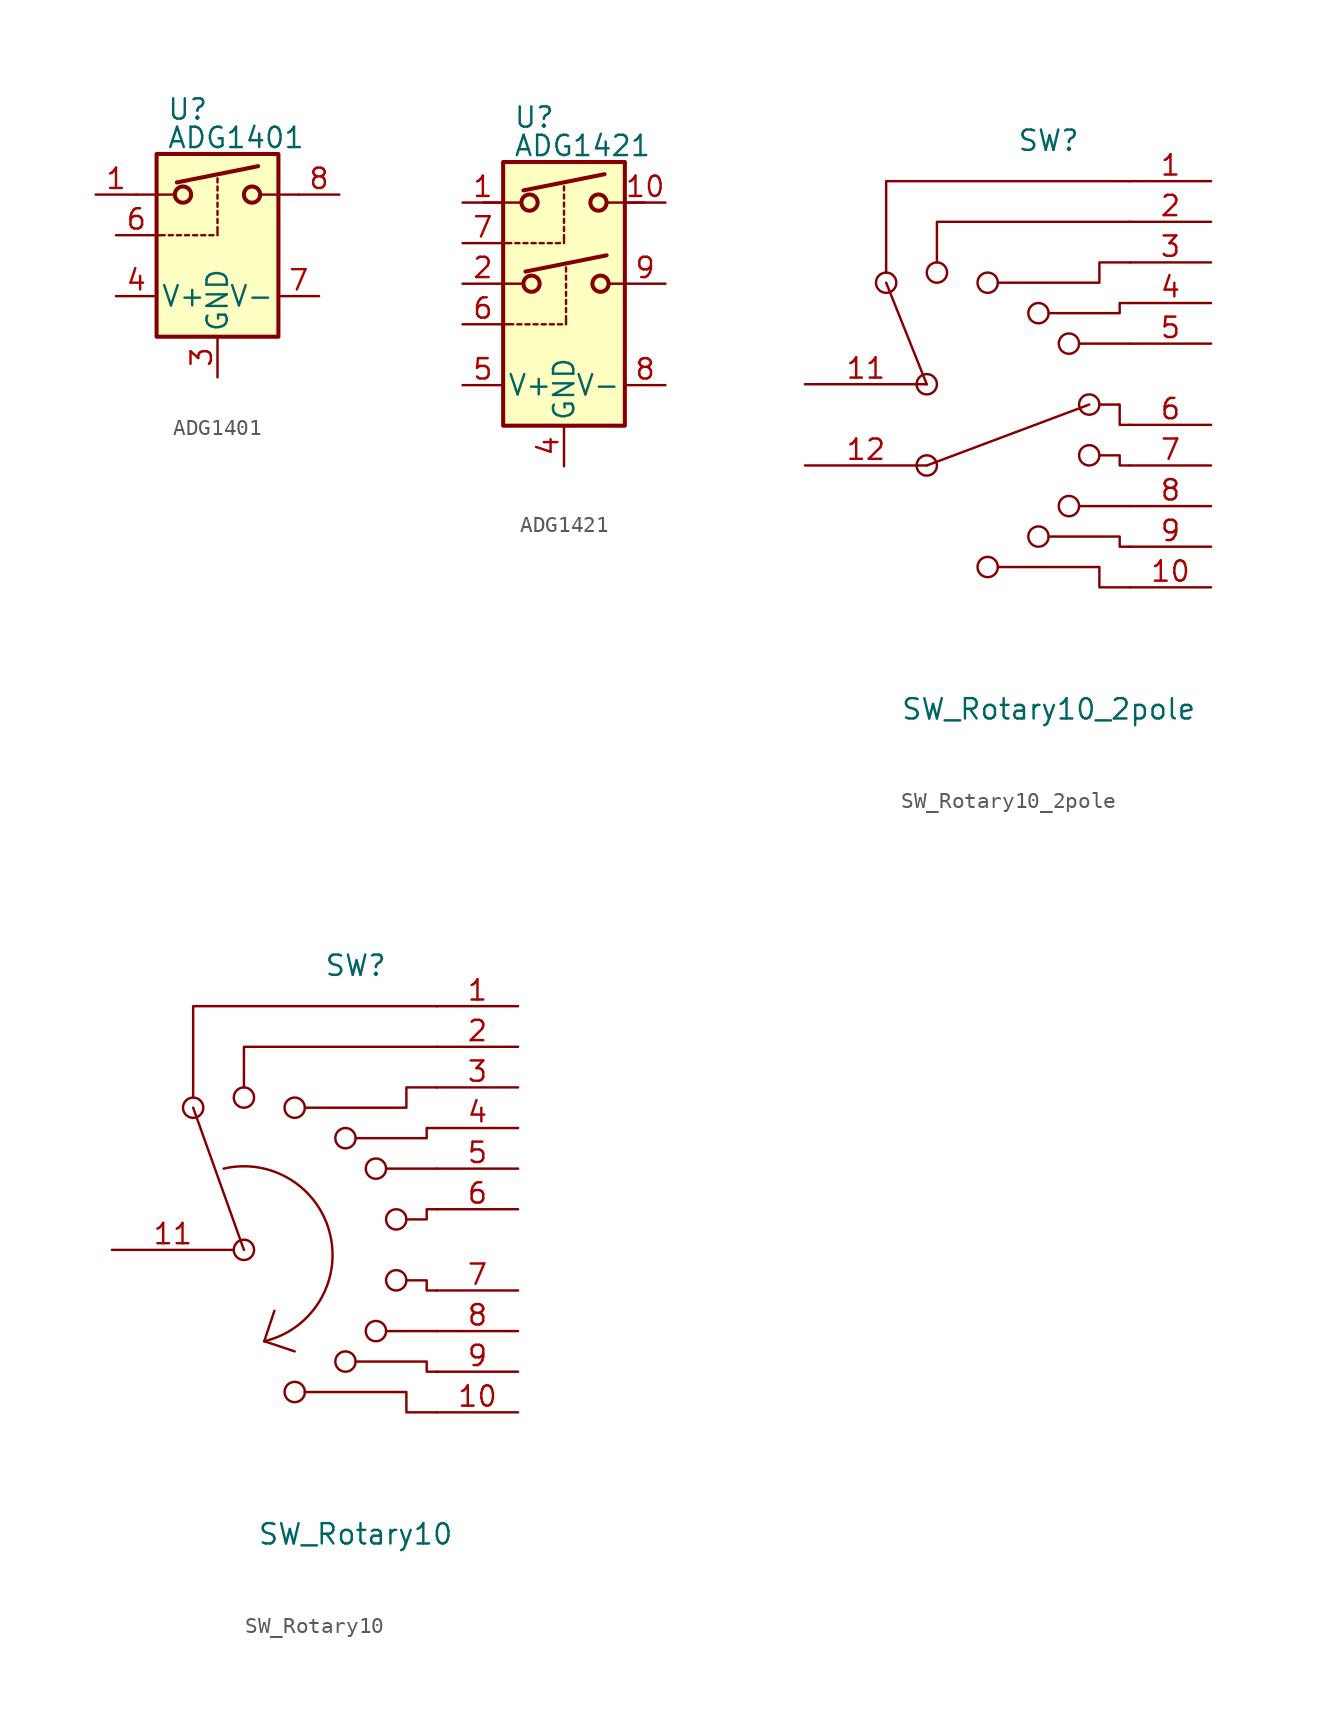
<source format=kicad_sym>
(kicad_symbol_lib
  (version 20211014)
  (generator kicad_symbol_editor)
  (symbol "ADG1401"
    (pin_names
      (offset 0.254))
    (property "Reference" "U"
      (at -3.175 5.334 0)
      (effects (font (size 1.27 1.27)) (justify left)))
    (property "Value" "ADG1401"
      (at -3.175 3.556 0)
      (effects (font (size 1.27 1.27)) (justify left)))
    (symbol "ADG1401_1_0"
      (pin no_connect line (at 3.81 -2.54 180) (length 2.54) hide (name "NC" (effects (font (size 1.27 1.27)))) (number "2" (effects (font (size 1.27 1.27)))))
      (pin power_in line (at 0 -11.43 90) (length 2.54) (name "GND" (effects (font (size 1.27 1.27)))) (number "3" (effects (font (size 1.27 1.27)))))
      (pin power_in line (at -6.35 -6.35 0) (length 2.54) (name "V+" (effects (font (size 1.27 1.27)))) (number "4" (effects (font (size 1.27 1.27)))))
      (pin no_connect line (at 3.81 -2.54 180) (length 2.54) hide (name "NC" (effects (font (size 1.27 1.27)))) (number "5" (effects (font (size 1.27 1.27)))))
      (pin power_in line (at 6.35 -6.35 180) (length 2.54) (name "V-" (effects (font (size 1.27 1.27)))) (number "7" (effects (font (size 1.27 1.27))))))
    (symbol "ADG1401_1_1"
      (rectangle (start -3.81 2.54) (end 3.81 -8.89) (stroke (width 0.254) (type default) (color 0 0 0 0)) (fill (type background)))
      (circle (center -2.159 0) (radius 0.508) (stroke (width 0.254) (type default) (color 0 0 0 0)) (fill (type none)))
      (polyline (pts (xy -5.08 0) (xy -2.794 0)) (stroke (width 0) (type default) (color 0 0 0 0)) (fill (type none)))
      (polyline (pts (xy -3.302 -2.54) (xy -3.81 -2.54)) (stroke (width 0) (type default) (color 0 0 0 0)) (fill (type none)))
      (polyline (pts (xy -2.794 -2.54) (xy -3.048 -2.54)) (stroke (width 0) (type default) (color 0 0 0 0)) (fill (type none)))
      (polyline (pts (xy -2.54 0.762) (xy 2.54 1.778)) (stroke (width 0.254) (type default) (color 0 0 0 0)) (fill (type none)))
      (polyline (pts (xy -2.286 -2.54) (xy -2.54 -2.54)) (stroke (width 0) (type default) (color 0 0 0 0)) (fill (type none)))
      (polyline (pts (xy -1.778 -2.54) (xy -2.032 -2.54)) (stroke (width 0) (type default) (color 0 0 0 0)) (fill (type none)))
      (polyline (pts (xy -1.27 -2.54) (xy -1.524 -2.54)) (stroke (width 0) (type default) (color 0 0 0 0)) (fill (type none)))
      (polyline (pts (xy -0.762 -2.54) (xy -1.016 -2.54)) (stroke (width 0) (type default) (color 0 0 0 0)) (fill (type none)))
      (polyline (pts (xy -0.254 -2.54) (xy -0.508 -2.54)) (stroke (width 0) (type default) (color 0 0 0 0)) (fill (type none)))
      (polyline (pts (xy 0 -2.54) (xy 0 -2.032)) (stroke (width 0) (type default) (color 0 0 0 0)) (fill (type none)))
      (polyline (pts (xy 0 -1.778) (xy 0 -1.524)) (stroke (width 0) (type default) (color 0 0 0 0)) (fill (type none)))
      (polyline (pts (xy 0 -1.27) (xy 0 -1.016)) (stroke (width 0) (type default) (color 0 0 0 0)) (fill (type none)))
      (polyline (pts (xy 0 -0.762) (xy 0 -0.508)) (stroke (width 0) (type default) (color 0 0 0 0)) (fill (type none)))
      (polyline (pts (xy 0 -0.254) (xy 0 0)) (stroke (width 0) (type default) (color 0 0 0 0)) (fill (type none)))
      (polyline (pts (xy 0 0.254) (xy 0 0.508)) (stroke (width 0) (type default) (color 0 0 0 0)) (fill (type none)))
      (polyline (pts (xy 0 0.762) (xy 0 1.016)) (stroke (width 0) (type default) (color 0 0 0 0)) (fill (type none)))
      (polyline (pts (xy 5.08 0) (xy 2.794 0)) (stroke (width 0) (type default) (color 0 0 0 0)) (fill (type none)))
      (circle (center 2.159 0) (radius 0.508) (stroke (width 0.254) (type default) (color 0 0 0 0)) (fill (type none)))
      (pin passive line (at -7.62 0 0) (length 2.54) (name "~" (effects (font (size 1.27 1.27)))) (number "1" (effects (font (size 1.27 1.27)))))
      (pin input line (at -6.35 -2.54 0) (length 2.54) (name "~" (effects (font (size 1.27 1.27)))) (number "6" (effects (font (size 1.27 1.27)))))
      (pin passive line (at 7.62 0 180) (length 2.54) (name "~" (effects (font (size 1.27 1.27)))) (number "8" (effects (font (size 1.27 1.27)))))))
  (symbol "ADG1421"
    (pin_names
      (offset 0.254))
    (property "Reference" "U"
      (at -3.175 5.334 0)
      (effects (font (size 1.27 1.27)) (justify left)))
    (property "Value" "ADG1421"
      (at -3.175 3.556 0)
      (effects (font (size 1.27 1.27)) (justify left)))
    (symbol "ADG1421_0_0"
      (pin passive line (at 6.35 0 180) (length 2.54) (name "~" (effects (font (size 1.27 1.27)))) (number "10" (effects (font (size 1.27 1.27)))))
      (pin passive line (at 6.35 -5.08 180) (length 2.54) (name "~" (effects (font (size 1.27 1.27)))) (number "9" (effects (font (size 1.27 1.27))))))
    (symbol "ADG1421_0_1"
      (polyline (pts (xy -3.81 -5.08) (xy -2.54 -5.08)) (stroke (width 0) (type default) (color 0 0 0 0)) (fill (type none)))
      (polyline (pts (xy 3.81 -5.08) (xy 2.794 -5.08)) (stroke (width 0) (type default) (color 0 0 0 0)) (fill (type none))))
    (symbol "ADG1421_1_0"
      (pin passive line (at -6.35 -5.08 0) (length 2.54) (name "~" (effects (font (size 1.27 1.27)))) (number "2" (effects (font (size 1.27 1.27)))))
      (pin no_connect line (at 3.81 -8.89 180) (length 2.54) hide (name "NC" (effects (font (size 1.27 1.27)))) (number "3" (effects (font (size 1.27 1.27)))))
      (pin power_in line (at 0 -16.51 90) (length 2.54) (name "GND" (effects (font (size 1.27 1.27)))) (number "4" (effects (font (size 1.27 1.27)))))
      (pin power_in line (at -6.35 -11.43 0) (length 2.54) (name "V+" (effects (font (size 1.27 1.27)))) (number "5" (effects (font (size 1.27 1.27)))))
      (pin input line (at -6.35 -2.54 0) (length 2.54) (name "~" (effects (font (size 1.27 1.27)))) (number "7" (effects (font (size 1.27 1.27))))))
    (symbol "ADG1421_1_1"
      (rectangle (start -3.81 2.54) (end 3.81 -13.97) (stroke (width 0.254) (type default) (color 0 0 0 0)) (fill (type background)))
      (circle (center -2.159 0) (radius 0.508) (stroke (width 0.254) (type default) (color 0 0 0 0)) (fill (type none)))
      (circle (center -2.032 -5.08) (radius 0.508) (stroke (width 0.254) (type default) (color 0 0 0 0)) (fill (type none)))
      (polyline (pts (xy -5.08 0) (xy -2.794 0)) (stroke (width 0) (type default) (color 0 0 0 0)) (fill (type none)))
      (polyline (pts (xy -3.302 -2.54) (xy -3.81 -2.54)) (stroke (width 0) (type default) (color 0 0 0 0)) (fill (type none)))
      (polyline (pts (xy -3.175 -7.62) (xy -3.683 -7.62)) (stroke (width 0) (type default) (color 0 0 0 0)) (fill (type none)))
      (polyline (pts (xy -2.794 -2.54) (xy -3.048 -2.54)) (stroke (width 0) (type default) (color 0 0 0 0)) (fill (type none)))
      (polyline (pts (xy -2.667 -7.62) (xy -2.921 -7.62)) (stroke (width 0) (type default) (color 0 0 0 0)) (fill (type none)))
      (polyline (pts (xy -2.54 0.762) (xy 2.54 1.778)) (stroke (width 0.254) (type default) (color 0 0 0 0)) (fill (type none)))
      (polyline (pts (xy -2.413 -4.318) (xy 2.667 -3.302)) (stroke (width 0.254) (type default) (color 0 0 0 0)) (fill (type none)))
      (polyline (pts (xy -2.286 -2.54) (xy -2.54 -2.54)) (stroke (width 0) (type default) (color 0 0 0 0)) (fill (type none)))
      (polyline (pts (xy -2.159 -7.62) (xy -2.413 -7.62)) (stroke (width 0) (type default) (color 0 0 0 0)) (fill (type none)))
      (polyline (pts (xy -1.778 -2.54) (xy -2.032 -2.54)) (stroke (width 0) (type default) (color 0 0 0 0)) (fill (type none)))
      (polyline (pts (xy -1.651 -7.62) (xy -1.905 -7.62)) (stroke (width 0) (type default) (color 0 0 0 0)) (fill (type none)))
      (polyline (pts (xy -1.27 -2.54) (xy -1.524 -2.54)) (stroke (width 0) (type default) (color 0 0 0 0)) (fill (type none)))
      (polyline (pts (xy -1.143 -7.62) (xy -1.397 -7.62)) (stroke (width 0) (type default) (color 0 0 0 0)) (fill (type none)))
      (polyline (pts (xy -0.762 -2.54) (xy -1.016 -2.54)) (stroke (width 0) (type default) (color 0 0 0 0)) (fill (type none)))
      (polyline (pts (xy -0.635 -7.62) (xy -0.889 -7.62)) (stroke (width 0) (type default) (color 0 0 0 0)) (fill (type none)))
      (polyline (pts (xy -0.254 -2.54) (xy -0.508 -2.54)) (stroke (width 0) (type default) (color 0 0 0 0)) (fill (type none)))
      (polyline (pts (xy -0.127 -7.62) (xy -0.381 -7.62)) (stroke (width 0) (type default) (color 0 0 0 0)) (fill (type none)))
      (polyline (pts (xy 0 -2.54) (xy 0 -2.032)) (stroke (width 0) (type default) (color 0 0 0 0)) (fill (type none)))
      (polyline (pts (xy 0 -1.778) (xy 0 -1.524)) (stroke (width 0) (type default) (color 0 0 0 0)) (fill (type none)))
      (polyline (pts (xy 0 -1.27) (xy 0 -1.016)) (stroke (width 0) (type default) (color 0 0 0 0)) (fill (type none)))
      (polyline (pts (xy 0 -0.762) (xy 0 -0.508)) (stroke (width 0) (type default) (color 0 0 0 0)) (fill (type none)))
      (polyline (pts (xy 0 -0.254) (xy 0 0)) (stroke (width 0) (type default) (color 0 0 0 0)) (fill (type none)))
      (polyline (pts (xy 0 0.254) (xy 0 0.508)) (stroke (width 0) (type default) (color 0 0 0 0)) (fill (type none)))
      (polyline (pts (xy 0 0.762) (xy 0 1.016)) (stroke (width 0) (type default) (color 0 0 0 0)) (fill (type none)))
      (polyline (pts (xy 0.127 -7.62) (xy 0.127 -7.112)) (stroke (width 0) (type default) (color 0 0 0 0)) (fill (type none)))
      (polyline (pts (xy 0.127 -6.858) (xy 0.127 -6.604)) (stroke (width 0) (type default) (color 0 0 0 0)) (fill (type none)))
      (polyline (pts (xy 0.127 -6.35) (xy 0.127 -6.096)) (stroke (width 0) (type default) (color 0 0 0 0)) (fill (type none)))
      (polyline (pts (xy 0.127 -5.842) (xy 0.127 -5.588)) (stroke (width 0) (type default) (color 0 0 0 0)) (fill (type none)))
      (polyline (pts (xy 0.127 -5.334) (xy 0.127 -5.08)) (stroke (width 0) (type default) (color 0 0 0 0)) (fill (type none)))
      (polyline (pts (xy 0.127 -4.826) (xy 0.127 -4.572)) (stroke (width 0) (type default) (color 0 0 0 0)) (fill (type none)))
      (polyline (pts (xy 0.127 -4.318) (xy 0.127 -4.064)) (stroke (width 0) (type default) (color 0 0 0 0)) (fill (type none)))
      (polyline (pts (xy 5.08 0) (xy 2.794 0)) (stroke (width 0) (type default) (color 0 0 0 0)) (fill (type none)))
      (circle (center 2.159 0) (radius 0.508) (stroke (width 0.254) (type default) (color 0 0 0 0)) (fill (type none)))
      (circle (center 2.286 -5.08) (radius 0.508) (stroke (width 0.254) (type default) (color 0 0 0 0)) (fill (type none)))
      (pin passive line (at -6.35 0 0) (length 2.54) (name "~" (effects (font (size 1.27 1.27)))) (number "1" (effects (font (size 1.27 1.27)))))
      (pin input line (at -6.35 -7.62 0) (length 2.54) (name "~" (effects (font (size 1.27 1.27)))) (number "6" (effects (font (size 1.27 1.27)))))
      (pin power_in line (at 6.35 -11.43 180) (length 2.54) (name "V-" (effects (font (size 1.27 1.27)))) (number "8" (effects (font (size 1.27 1.27)))))))
  (symbol "SW_Rotary10_2pole"
    (pin_names
      (offset 1.016) hide)
    (property "Reference" "SW"
      (at 0 17.78 0)
      (effects (font (size 1.27 1.27))))
    (property "Value" "SW_Rotary10_2pole"
      (at 0 -17.78 0)
      (effects (font (size 1.27 1.27))))
    (symbol "SW_Rotary10_2pole_0_0"
      (circle (center -10.16 8.89) (radius 0.635) (stroke (width 0) (type default) (color 0 0 0 0)) (fill (type none)))
      (circle (center -7.62 -2.54) (radius 0.635) (stroke (width 0) (type default) (color 0 0 0 0)) (fill (type none)))
      (circle (center -7.62 2.54) (radius 0.635) (stroke (width 0) (type default) (color 0 0 0 0)) (fill (type none)))
      (circle (center -6.985 9.525) (radius 0.635) (stroke (width 0) (type default) (color 0 0 0 0)) (fill (type none)))
      (circle (center -3.81 -8.89) (radius 0.635) (stroke (width 0) (type default) (color 0 0 0 0)) (fill (type none)))
      (circle (center -3.81 8.89) (radius 0.635) (stroke (width 0) (type default) (color 0 0 0 0)) (fill (type none)))
      (circle (center -0.635 -6.985) (radius 0.635) (stroke (width 0) (type default) (color 0 0 0 0)) (fill (type none)))
      (circle (center -0.635 6.985) (radius 0.635) (stroke (width 0) (type default) (color 0 0 0 0)) (fill (type none)))
      (polyline (pts (xy 1.905 -5.08) (xy 5.08 -5.08)) (stroke (width 0) (type default) (color 0 0 0 0)) (fill (type none)))
      (polyline (pts (xy 1.905 5.08) (xy 5.08 5.08)) (stroke (width 0) (type default) (color 0 0 0 0)) (fill (type none)))
      (polyline (pts (xy -10.16 9.525) (xy -10.16 15.24) (xy 5.08 15.24)) (stroke (width 0) (type default) (color 0 0 0 0)) (fill (type none)))
      (polyline (pts (xy -6.985 10.16) (xy -6.985 12.7) (xy 5.08 12.7)) (stroke (width 0) (type default) (color 0 0 0 0)) (fill (type none)))
      (polyline (pts (xy -3.175 -8.89) (xy 3.175 -8.89) (xy 3.175 -10.16) (xy 5.08 -10.16)) (stroke (width 0) (type default) (color 0 0 0 0)) (fill (type none)))
      (polyline (pts (xy -3.175 8.89) (xy 3.175 8.89) (xy 3.175 10.16) (xy 5.08 10.16)) (stroke (width 0) (type default) (color 0 0 0 0)) (fill (type none)))
      (polyline (pts (xy 0 -6.985) (xy 4.445 -6.985) (xy 4.445 -7.62) (xy 5.08 -7.62)) (stroke (width 0) (type default) (color 0 0 0 0)) (fill (type none)))
      (polyline (pts (xy 0 6.985) (xy 4.445 6.985) (xy 4.445 7.62) (xy 5.08 7.62)) (stroke (width 0) (type default) (color 0 0 0 0)) (fill (type none)))
      (polyline (pts (xy 3.175 -1.905) (xy 4.445 -1.905) (xy 4.445 -2.54) (xy 5.08 -2.54)) (stroke (width 0) (type default) (color 0 0 0 0)) (fill (type none)))
      (polyline (pts (xy 3.175 1.27) (xy 4.445 1.27) (xy 4.445 0) (xy 5.08 0)) (stroke (width 0) (type default) (color 0 0 0 0)) (fill (type none)))
      (circle (center 1.27 -5.08) (radius 0.635) (stroke (width 0) (type default) (color 0 0 0 0)) (fill (type none)))
      (circle (center 1.27 5.08) (radius 0.635) (stroke (width 0) (type default) (color 0 0 0 0)) (fill (type none)))
      (circle (center 2.54 -1.905) (radius 0.635) (stroke (width 0) (type default) (color 0 0 0 0)) (fill (type none)))
      (circle (center 2.54 1.27) (radius 0.635) (stroke (width 0) (type default) (color 0 0 0 0)) (fill (type none))))
    (symbol "SW_Rotary10_2pole_0_1"
      (polyline (pts (xy -7.62 -2.54) (xy 2.54 1.27)) (stroke (width 0) (type default) (color 0 0 0 0)) (fill (type none)))
      (polyline (pts (xy -7.62 2.54) (xy -10.16 8.89)) (stroke (width 0) (type default) (color 0 0 0 0)) (fill (type none)))
      (pin passive line (at 10.16 15.24 180) (length 5.08) (name "1" (effects (font (size 1.27 1.27)))) (number "1" (effects (font (size 1.27 1.27)))))
      (pin passive line (at 10.16 -10.16 180) (length 5.08) (name "10" (effects (font (size 1.27 1.27)))) (number "10" (effects (font (size 1.27 1.27)))))
      (pin passive line (at -15.24 2.54 0) (length 7.62) (name "11" (effects (font (size 1.27 1.27)))) (number "11" (effects (font (size 1.27 1.27)))))
      (pin passive line (at -15.24 -2.54 0) (length 7.62) (name "12" (effects (font (size 1.27 1.27)))) (number "12" (effects (font (size 1.27 1.27)))))
      (pin passive line (at 10.16 12.7 180) (length 5.08) (name "2" (effects (font (size 1.27 1.27)))) (number "2" (effects (font (size 1.27 1.27)))))
      (pin passive line (at 10.16 10.16 180) (length 5.08) (name "3" (effects (font (size 1.27 1.27)))) (number "3" (effects (font (size 1.27 1.27)))))
      (pin passive line (at 10.16 7.62 180) (length 5.08) (name "4" (effects (font (size 1.27 1.27)))) (number "4" (effects (font (size 1.27 1.27)))))
      (pin passive line (at 10.16 5.08 180) (length 5.08) (name "5" (effects (font (size 1.27 1.27)))) (number "5" (effects (font (size 1.27 1.27)))))
      (pin passive line (at 10.16 0 180) (length 5.08) (name "6" (effects (font (size 1.27 1.27)))) (number "6" (effects (font (size 1.27 1.27)))))
      (pin passive line (at 10.16 -2.54 180) (length 5.08) (name "7" (effects (font (size 1.27 1.27)))) (number "7" (effects (font (size 1.27 1.27)))))
      (pin passive line (at 10.16 -5.08 180) (length 5.08) (name "8" (effects (font (size 1.27 1.27)))) (number "8" (effects (font (size 1.27 1.27)))))
      (pin passive line (at 10.16 -7.62 180) (length 5.08) (name "9" (effects (font (size 1.27 1.27)))) (number "9" (effects (font (size 1.27 1.27)))))))
  (symbol "SW_Rotary10"
    (pin_names
      (offset 1.016) hide)
    (property "Reference" "SW"
      (at 0 17.78 0)
      (effects (font (size 1.27 1.27))))
    (property "Value" "SW_Rotary10"
      (at 0 -17.78 0)
      (effects (font (size 1.27 1.27))))
    (symbol "SW_Rotary10_0_0"
      (circle (center -10.16 8.89) (radius 0.635) (stroke (width 0) (type default) (color 0 0 0 0)) (fill (type none)))
      (circle (center -6.985 0) (radius 0.635) (stroke (width 0) (type default) (color 0 0 0 0)) (fill (type none)))
      (circle (center -6.985 9.525) (radius 0.635) (stroke (width 0) (type default) (color 0 0 0 0)) (fill (type none)))
      (arc (start -5.715 -5.715) (mid -1.5995 0.937) (end -8.255 5.08) (stroke (width 0) (type default) (color 0 0 0 0)) (fill (type none)))
      (circle (center -3.81 -8.89) (radius 0.635) (stroke (width 0) (type default) (color 0 0 0 0)) (fill (type none)))
      (circle (center -3.81 8.89) (radius 0.635) (stroke (width 0) (type default) (color 0 0 0 0)) (fill (type none)))
      (circle (center -0.635 -6.985) (radius 0.635) (stroke (width 0) (type default) (color 0 0 0 0)) (fill (type none)))
      (circle (center -0.635 6.985) (radius 0.635) (stroke (width 0) (type default) (color 0 0 0 0)) (fill (type none)))
      (polyline (pts (xy -6.985 0) (xy -10.16 8.89)) (stroke (width 0) (type default) (color 0 0 0 0)) (fill (type none)))
      (polyline (pts (xy -5.715 -5.715) (xy -5.08 -3.81)) (stroke (width 0) (type default) (color 0 0 0 0)) (fill (type none)))
      (polyline (pts (xy -5.715 -5.715) (xy -3.81 -6.35)) (stroke (width 0) (type default) (color 0 0 0 0)) (fill (type none)))
      (polyline (pts (xy 1.905 -5.08) (xy 5.08 -5.08)) (stroke (width 0) (type default) (color 0 0 0 0)) (fill (type none)))
      (polyline (pts (xy 1.905 5.08) (xy 5.08 5.08)) (stroke (width 0) (type default) (color 0 0 0 0)) (fill (type none)))
      (polyline (pts (xy -10.16 9.525) (xy -10.16 15.24) (xy 5.08 15.24)) (stroke (width 0) (type default) (color 0 0 0 0)) (fill (type none)))
      (polyline (pts (xy -6.985 10.16) (xy -6.985 12.7) (xy 5.08 12.7)) (stroke (width 0) (type default) (color 0 0 0 0)) (fill (type none)))
      (polyline (pts (xy -3.175 -8.89) (xy 3.175 -8.89) (xy 3.175 -10.16) (xy 5.08 -10.16)) (stroke (width 0) (type default) (color 0 0 0 0)) (fill (type none)))
      (polyline (pts (xy -3.175 8.89) (xy 3.175 8.89) (xy 3.175 10.16) (xy 5.08 10.16)) (stroke (width 0) (type default) (color 0 0 0 0)) (fill (type none)))
      (polyline (pts (xy 0 -6.985) (xy 4.445 -6.985) (xy 4.445 -7.62) (xy 5.08 -7.62)) (stroke (width 0) (type default) (color 0 0 0 0)) (fill (type none)))
      (polyline (pts (xy 0 6.985) (xy 4.445 6.985) (xy 4.445 7.62) (xy 5.08 7.62)) (stroke (width 0) (type default) (color 0 0 0 0)) (fill (type none)))
      (polyline (pts (xy 3.175 -1.905) (xy 4.445 -1.905) (xy 4.445 -2.54) (xy 5.08 -2.54)) (stroke (width 0) (type default) (color 0 0 0 0)) (fill (type none)))
      (polyline (pts (xy 3.175 1.905) (xy 4.445 1.905) (xy 4.445 2.54) (xy 5.08 2.54)) (stroke (width 0) (type default) (color 0 0 0 0)) (fill (type none)))
      (circle (center 1.27 -5.08) (radius 0.635) (stroke (width 0) (type default) (color 0 0 0 0)) (fill (type none)))
      (circle (center 1.27 5.08) (radius 0.635) (stroke (width 0) (type default) (color 0 0 0 0)) (fill (type none)))
      (circle (center 2.54 -1.905) (radius 0.635) (stroke (width 0) (type default) (color 0 0 0 0)) (fill (type none)))
      (circle (center 2.54 1.905) (radius 0.635) (stroke (width 0) (type default) (color 0 0 0 0)) (fill (type none))))
    (symbol "SW_Rotary10_0_1"
      (pin passive line (at 10.16 15.24 180) (length 5.08) (name "1" (effects (font (size 1.27 1.27)))) (number "1" (effects (font (size 1.27 1.27)))))
      (pin passive line (at 10.16 -10.16 180) (length 5.08) (name "10" (effects (font (size 1.27 1.27)))) (number "10" (effects (font (size 1.27 1.27)))))
      (pin passive line (at -15.24 0 0) (length 7.62) (name "11" (effects (font (size 1.27 1.27)))) (number "11" (effects (font (size 1.27 1.27)))))
      (pin passive line (at 10.16 12.7 180) (length 5.08) (name "2" (effects (font (size 1.27 1.27)))) (number "2" (effects (font (size 1.27 1.27)))))
      (pin passive line (at 10.16 10.16 180) (length 5.08) (name "3" (effects (font (size 1.27 1.27)))) (number "3" (effects (font (size 1.27 1.27)))))
      (pin passive line (at 10.16 7.62 180) (length 5.08) (name "4" (effects (font (size 1.27 1.27)))) (number "4" (effects (font (size 1.27 1.27)))))
      (pin passive line (at 10.16 5.08 180) (length 5.08) (name "5" (effects (font (size 1.27 1.27)))) (number "5" (effects (font (size 1.27 1.27)))))
      (pin passive line (at 10.16 2.54 180) (length 5.08) (name "6" (effects (font (size 1.27 1.27)))) (number "6" (effects (font (size 1.27 1.27)))))
      (pin passive line (at 10.16 -2.54 180) (length 5.08) (name "7" (effects (font (size 1.27 1.27)))) (number "7" (effects (font (size 1.27 1.27)))))
      (pin passive line (at 10.16 -5.08 180) (length 5.08) (name "8" (effects (font (size 1.27 1.27)))) (number "8" (effects (font (size 1.27 1.27)))))
      (pin passive line (at 10.16 -7.62 180) (length 5.08) (name "9" (effects (font (size 1.27 1.27)))) (number "9" (effects (font (size 1.27 1.27))))))))
</source>
